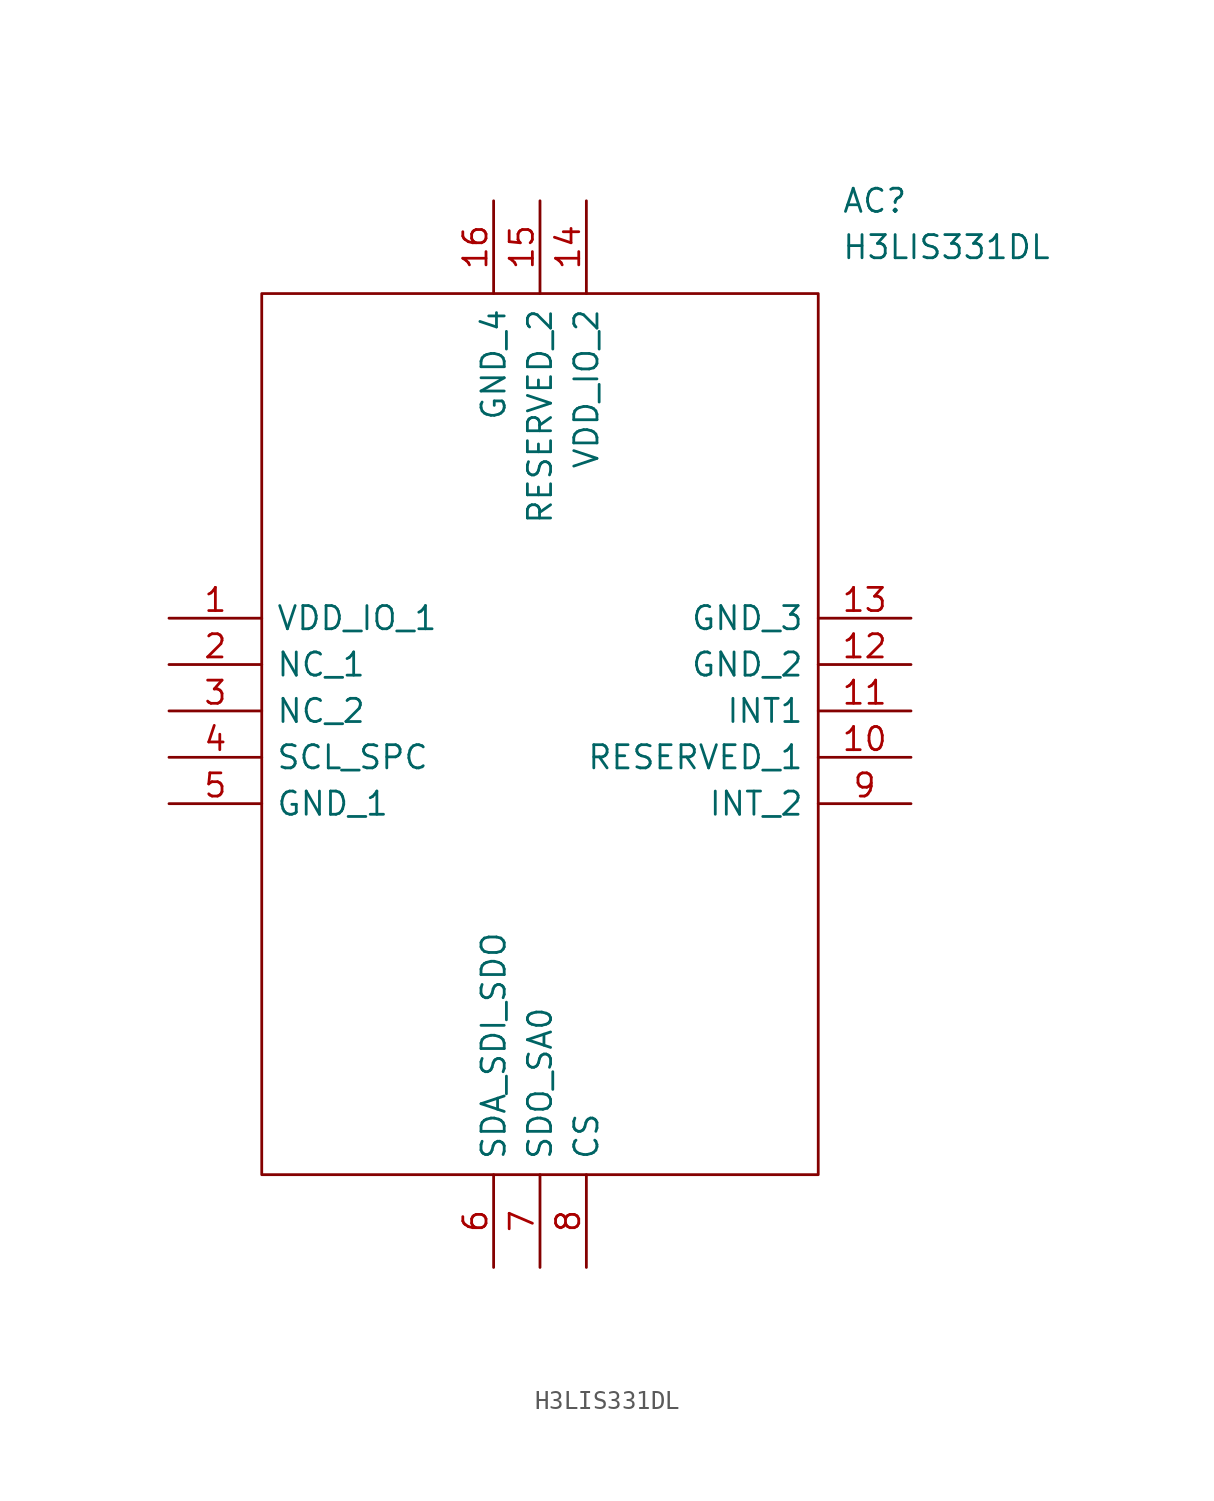
<source format=kicad_sym>
(kicad_symbol_lib
  (version 20211014)
  (generator kicad_symbol_editor)
  (symbol "H3LIS331DL"
    (pin_names
      (offset 0.762))
    (property "Reference" "AC"
      (at 36.83 22.86 0)
      (effects (font (size 1.27 1.27)) (justify left)))
    (property "Value" "H3LIS331DL"
      (at 36.83 20.32 0)
      (effects (font (size 1.27 1.27)) (justify left)))
    (symbol "H3LIS331DL_0_0"
      (pin power_in line (at 0 0 0) (length 5.08) (name "VDD_IO_1" (effects (font (size 1.27 1.27)))) (number "1" (effects (font (size 1.27 1.27)))))
      (pin passive line (at 40.64 -7.62 180) (length 5.08) (name "RESERVED_1" (effects (font (size 1.27 1.27)))) (number "10" (effects (font (size 1.27 1.27)))))
      (pin input line (at 40.64 -5.08 180) (length 5.08) (name "INT1" (effects (font (size 1.27 1.27)))) (number "11" (effects (font (size 1.27 1.27)))))
      (pin power_in line (at 40.64 -2.54 180) (length 5.08) (name "GND_2" (effects (font (size 1.27 1.27)))) (number "12" (effects (font (size 1.27 1.27)))))
      (pin power_in line (at 40.64 0 180) (length 5.08) (name "GND_3" (effects (font (size 1.27 1.27)))) (number "13" (effects (font (size 1.27 1.27)))))
      (pin power_in line (at 22.86 22.86 270) (length 5.08) (name "VDD_IO_2" (effects (font (size 1.27 1.27)))) (number "14" (effects (font (size 1.27 1.27)))))
      (pin passive line (at 20.32 22.86 270) (length 5.08) (name "RESERVED_2" (effects (font (size 1.27 1.27)))) (number "15" (effects (font (size 1.27 1.27)))))
      (pin power_in line (at 17.78 22.86 270) (length 5.08) (name "GND_4" (effects (font (size 1.27 1.27)))) (number "16" (effects (font (size 1.27 1.27)))))
      (pin passive line (at 0 -2.54 0) (length 5.08) (name "NC_1" (effects (font (size 1.27 1.27)))) (number "2" (effects (font (size 1.27 1.27)))))
      (pin passive line (at 0 -5.08 0) (length 5.08) (name "NC_2" (effects (font (size 1.27 1.27)))) (number "3" (effects (font (size 1.27 1.27)))))
      (pin passive line (at 0 -7.62 0) (length 5.08) (name "SCL_SPC" (effects (font (size 1.27 1.27)))) (number "4" (effects (font (size 1.27 1.27)))))
      (pin power_in line (at 0 -10.16 0) (length 5.08) (name "GND_1" (effects (font (size 1.27 1.27)))) (number "5" (effects (font (size 1.27 1.27)))))
      (pin passive line (at 17.78 -35.56 90) (length 5.08) (name "SDA_SDI_SDO" (effects (font (size 1.27 1.27)))) (number "6" (effects (font (size 1.27 1.27)))))
      (pin passive line (at 20.32 -35.56 90) (length 5.08) (name "SDO_SA0" (effects (font (size 1.27 1.27)))) (number "7" (effects (font (size 1.27 1.27)))))
      (pin input line (at 22.86 -35.56 90) (length 5.08) (name "CS" (effects (font (size 1.27 1.27)))) (number "8" (effects (font (size 1.27 1.27)))))
      (pin input line (at 40.64 -10.16 180) (length 5.08) (name "INT_2" (effects (font (size 1.27 1.27)))) (number "9" (effects (font (size 1.27 1.27))))))
    (symbol "H3LIS331DL_0_1"
      (polyline (pts (xy 5.08 17.78) (xy 35.56 17.78) (xy 35.56 -30.48) (xy 5.08 -30.48) (xy 5.08 17.78)) (stroke (width 0.152) (type default) (color 0 0 0 0)) (fill (type none))))))
</source>
